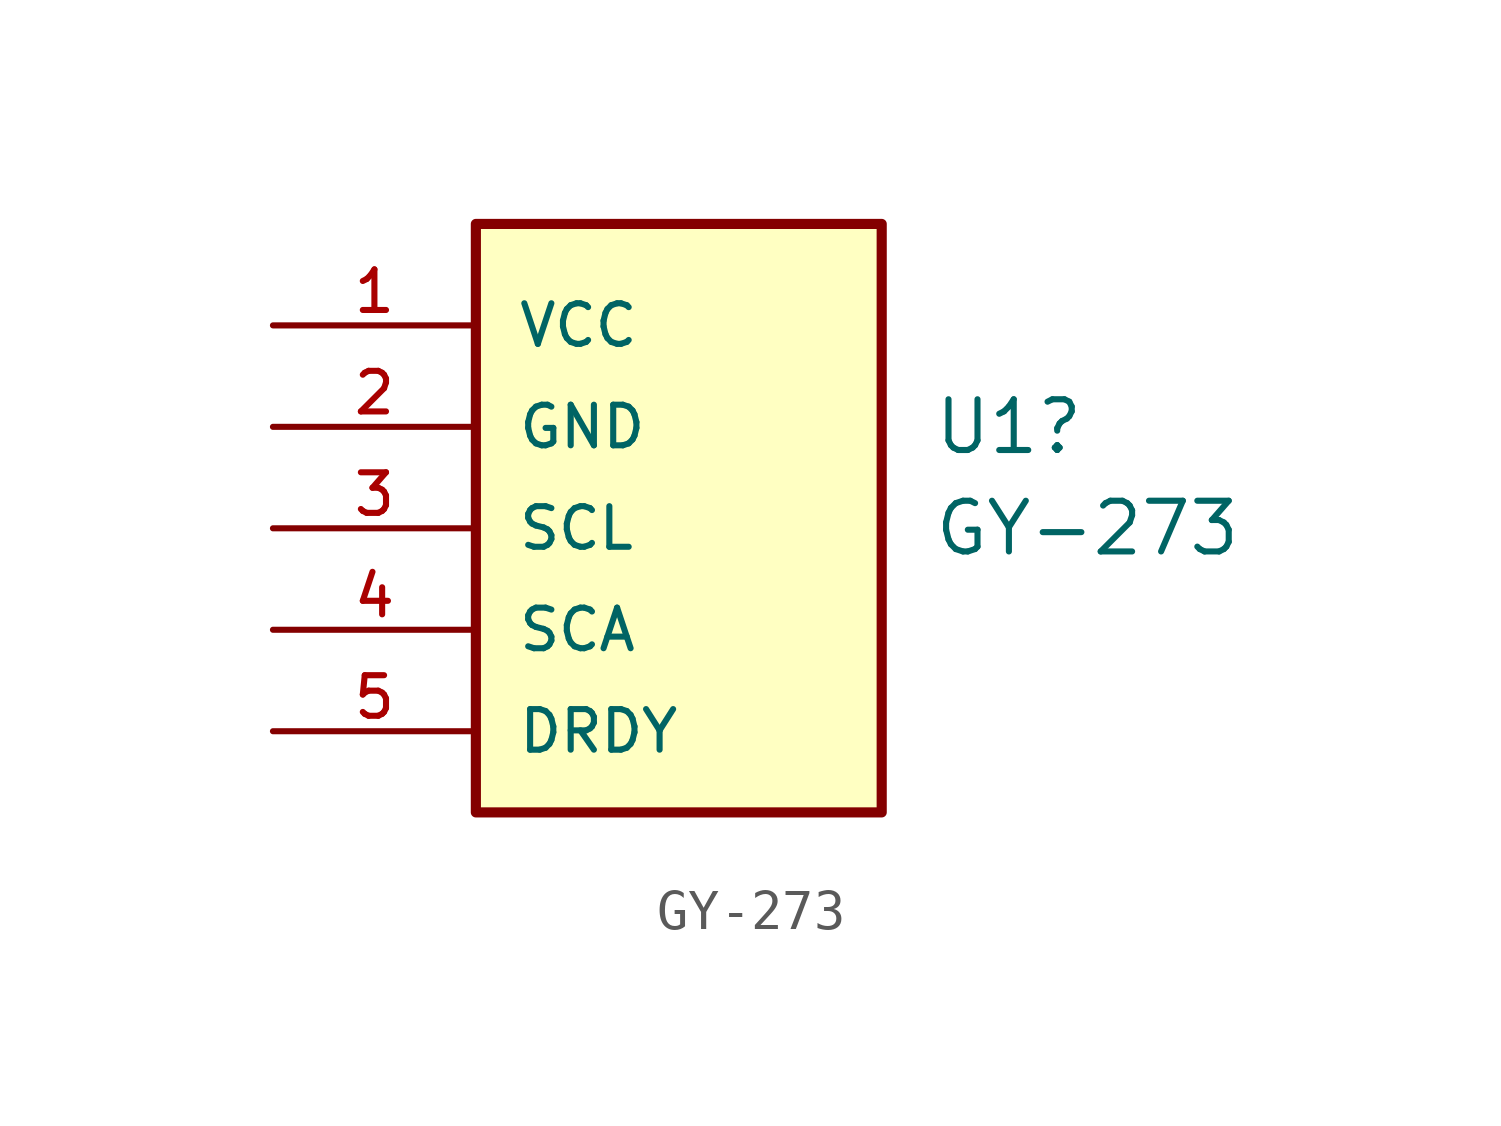
<source format=kicad_sym>
(kicad_symbol_lib
  (version 20231120)
  (generator "kicad_symbol_editor")
  (generator_version "8.0")
  (symbol "GY-273"
    (pin_names
      (offset 1.016))
    (property "Reference" "U1"
      (at 11.43 0.0001 0)
      (effects (font (size 1.27 1.27)) (justify left)))
    (property "Value" "GY-273"
      (at 11.43 -2.54 0)
      (effects (font (size 1.27 1.27)) (justify left)))
    (symbol "GY-273_0_0"
      (rectangle (start 0 5.08) (end 10.16 -9.652) (stroke (width 0.254) (type default)) (fill (type background)))
      (pin power_in line (at -5.08 2.54 0) (length 5.08) (name "VCC" (effects (font (size 1.016 1.016)))) (number "1" (effects (font (size 1.016 1.016))))))
    (symbol "GY-273_1_0"
      (pin power_in line (at -5.08 0 0) (length 5.08) (name "GND" (effects (font (size 1.016 1.016)))) (number "2" (effects (font (size 1.016 1.016)))))
      (pin bidirectional line (at -5.08 -2.54 0) (length 5.08) (name "SCL" (effects (font (size 1.016 1.016)))) (number "3" (effects (font (size 1.016 1.016)))))
      (pin bidirectional line (at -5.08 -5.08 0) (length 5.08) (name "SCA" (effects (font (size 1.016 1.016)))) (number "4" (effects (font (size 1.016 1.016)))))
      (pin bidirectional line (at -5.08 -7.62 0) (length 5.08) (name "DRDY" (effects (font (size 1.016 1.016)))) (number "5" (effects (font (size 1.016 1.016))))))))
</source>
